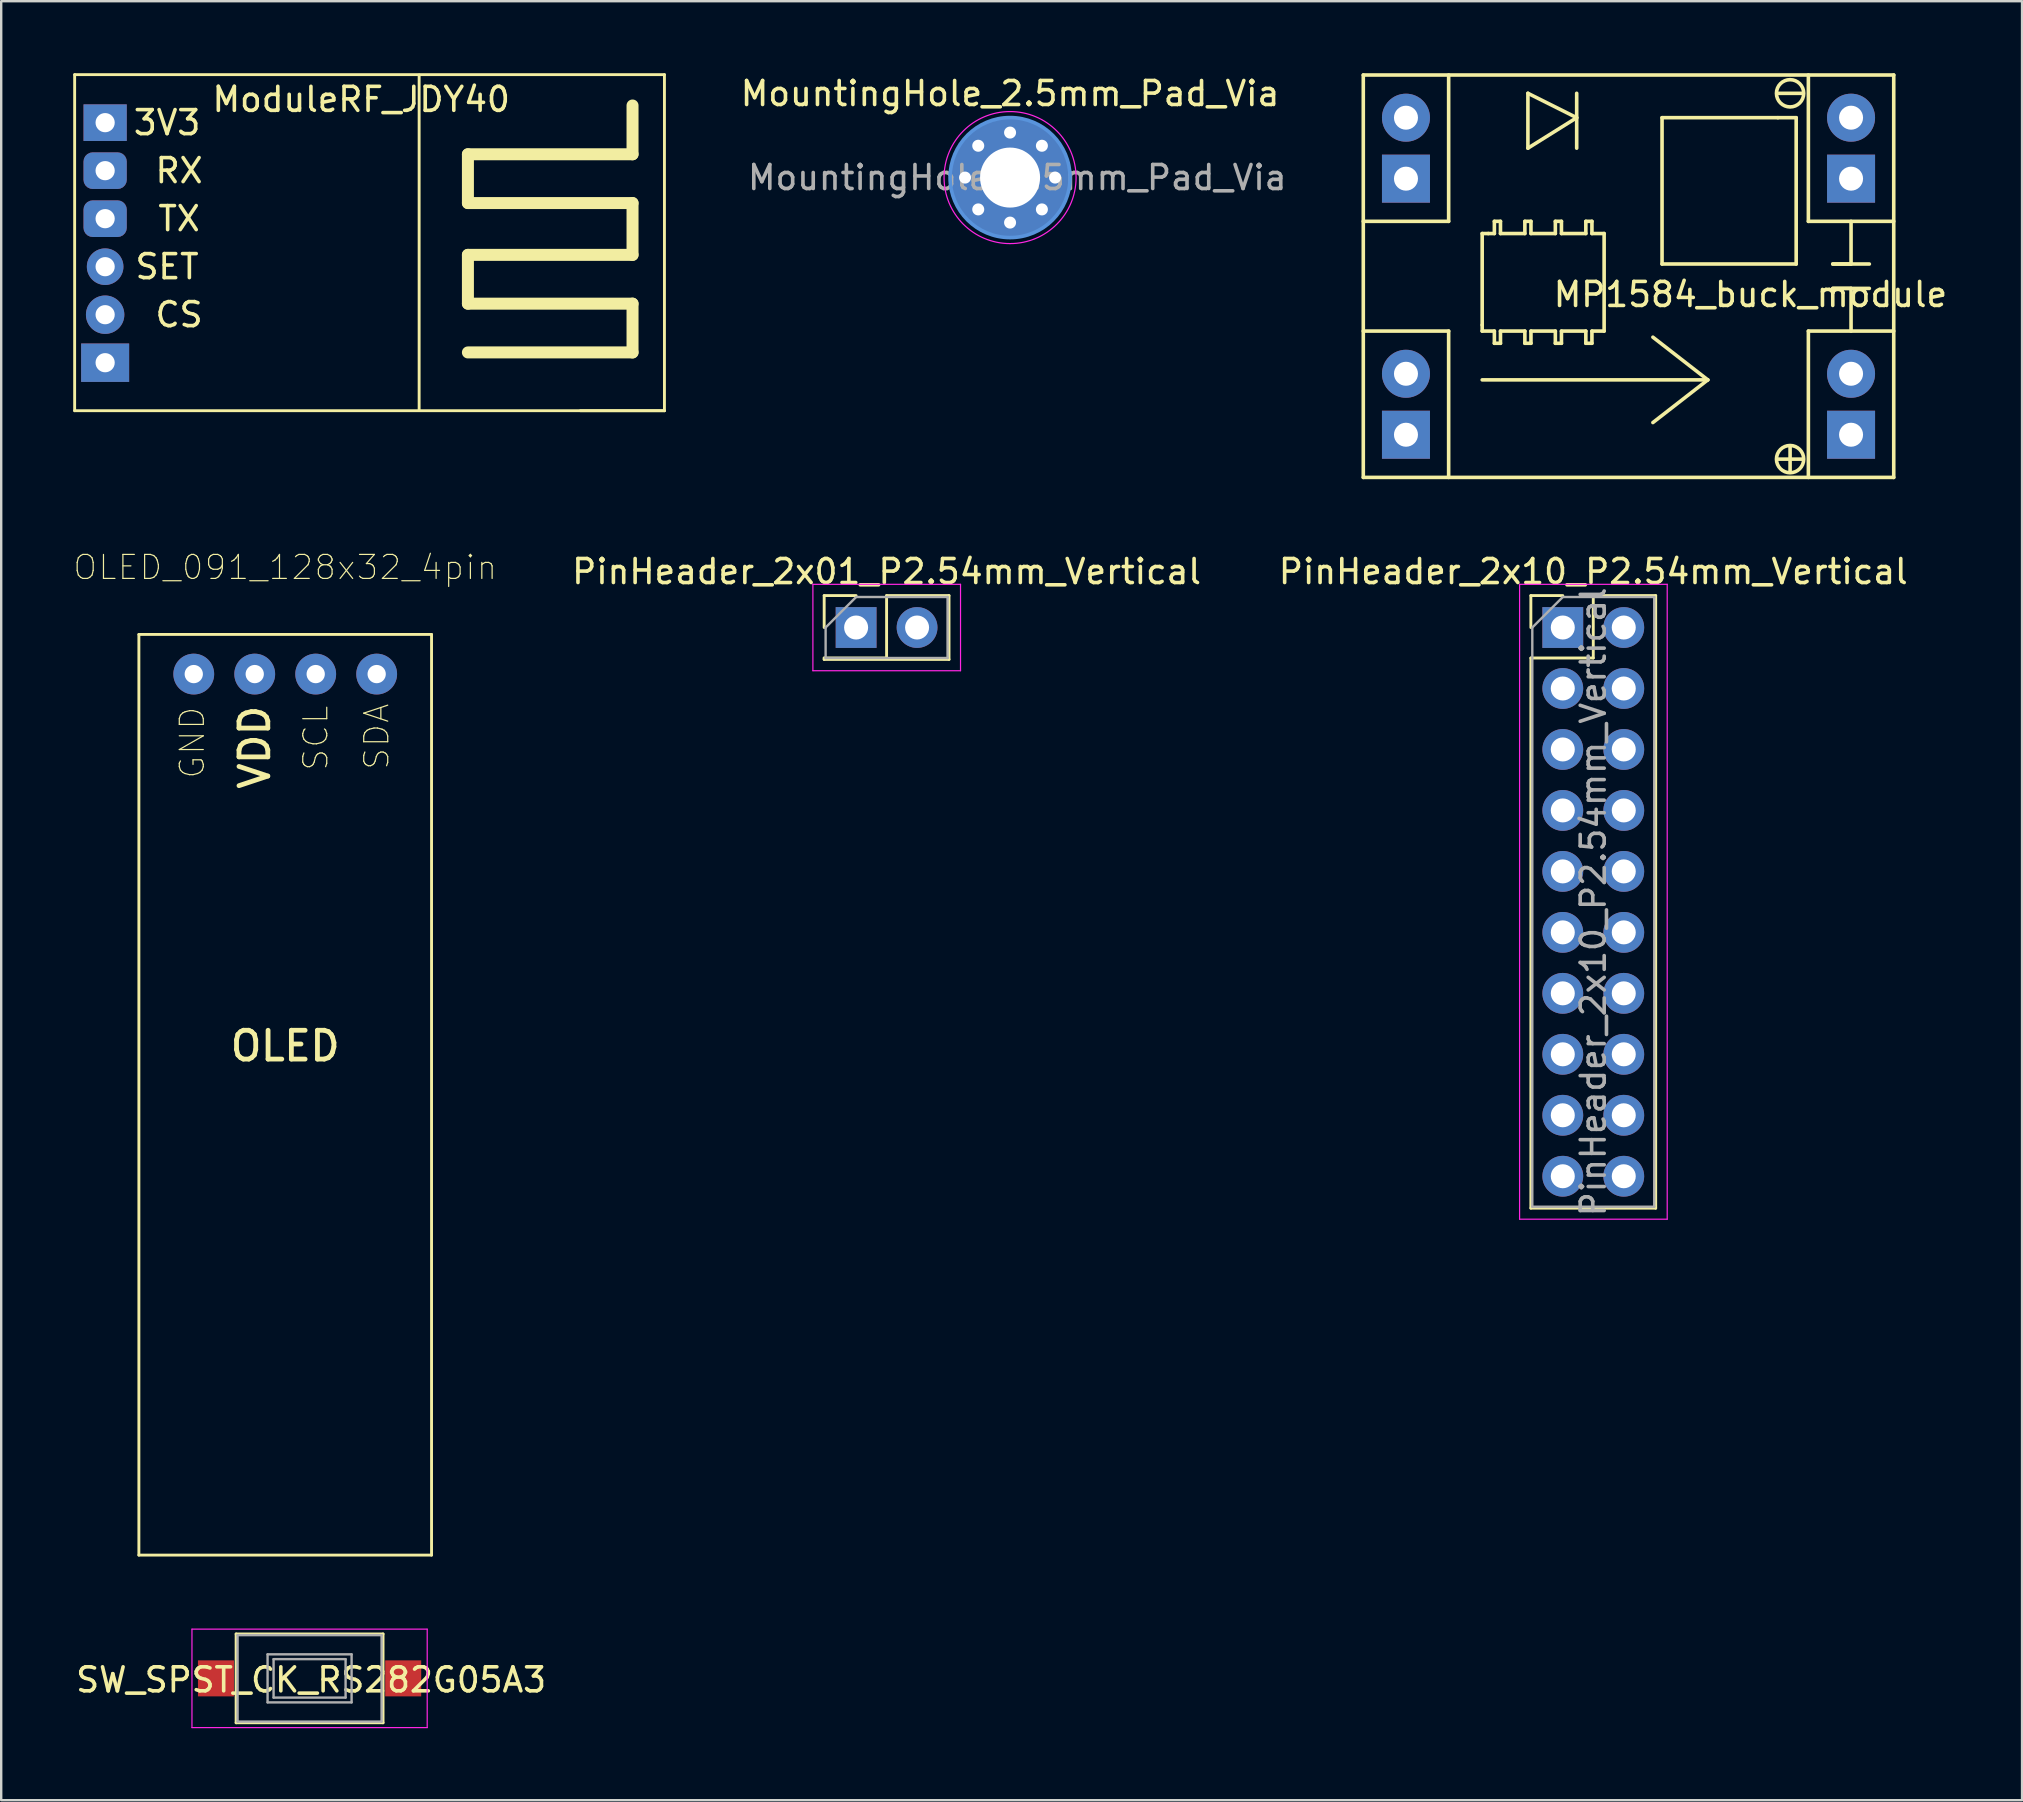
<source format=kicad_pcb>
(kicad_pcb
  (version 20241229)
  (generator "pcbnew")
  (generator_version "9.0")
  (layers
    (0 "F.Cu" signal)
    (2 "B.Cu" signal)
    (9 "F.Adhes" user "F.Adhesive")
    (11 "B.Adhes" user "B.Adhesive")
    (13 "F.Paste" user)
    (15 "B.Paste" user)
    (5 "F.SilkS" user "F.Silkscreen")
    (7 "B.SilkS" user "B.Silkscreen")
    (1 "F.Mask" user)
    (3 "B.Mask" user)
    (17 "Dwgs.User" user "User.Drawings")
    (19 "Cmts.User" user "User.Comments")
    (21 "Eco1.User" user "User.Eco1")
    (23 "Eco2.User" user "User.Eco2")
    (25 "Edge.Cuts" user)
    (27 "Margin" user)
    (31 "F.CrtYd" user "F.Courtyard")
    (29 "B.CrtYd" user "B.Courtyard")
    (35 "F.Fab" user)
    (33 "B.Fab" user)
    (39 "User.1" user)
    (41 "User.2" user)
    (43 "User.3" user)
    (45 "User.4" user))
  (footprint "MP1584_buck_module"
    (layer "F.Cu")
    (at 64.793 8.457)
    (property "Reference" "MP1584_buck_module" (at 5.08 0.762 0) (layer "F.SilkS") (effects (font (size 1 1) (thickness 0.15))))
    (attr through_hole)
    (fp_line (start -11.049 -8.382) (end 11.049 -8.382) (stroke (width 0.15) (type solid)) (layer "F.SilkS"))
    (fp_line (start -11.049 2.286) (end -7.493 2.286) (stroke (width 0.15) (type solid)) (layer "F.SilkS"))
    (fp_line (start -11.049 8.382) (end -11.049 -8.382) (stroke (width 0.15) (type solid)) (layer "F.SilkS"))
    (fp_line (start -7.493 -8.382) (end -7.493 -2.286) (stroke (width 0.15) (type solid)) (layer "F.SilkS"))
    (fp_line (start -7.493 -2.286) (end -11.049 -2.286) (stroke (width 0.15) (type solid)) (layer "F.SilkS"))
    (fp_line (start -7.493 2.286) (end -7.493 8.382) (stroke (width 0.15) (type solid)) (layer "F.SilkS"))
    (fp_line (start -6.096 -1.778) (end -5.842 -1.778) (stroke (width 0.15) (type solid)) (layer "F.SilkS"))
    (fp_line (start -6.096 2.032) (end -6.096 -1.778) (stroke (width 0.15) (type solid)) (layer "F.SilkS"))
    (fp_line (start -6.096 2.286) (end -6.096 2.032) (stroke (width 0.15) (type solid)) (layer "F.SilkS"))
    (fp_line (start -6.096 4.318) (end 3.302 4.318) (stroke (width 0.15) (type solid)) (layer "F.SilkS"))
    (fp_line (start -5.842 -1.778) (end -5.588 -1.778) (stroke (width 0.15) (type solid)) (layer "F.SilkS"))
    (fp_line (start -5.588 -2.286) (end -5.334 -2.286) (stroke (width 0.15) (type solid)) (layer "F.SilkS"))
    (fp_line (start -5.588 -1.778) (end -5.588 -2.286) (stroke (width 0.15) (type solid)) (layer "F.SilkS"))
    (fp_line (start -5.588 2.286) (end -6.096 2.286) (stroke (width 0.15) (type solid)) (layer "F.SilkS"))
    (fp_line (start -5.588 2.794) (end -5.588 2.286) (stroke (width 0.15) (type solid)) (layer "F.SilkS"))
    (fp_line (start -5.334 -1.778) (end -5.334 -2.286) (stroke (width 0.15) (type solid)) (layer "F.SilkS"))
    (fp_line (start -5.334 -1.778) (end -4.318 -1.778) (stroke (width 0.15) (type solid)) (layer "F.SilkS"))
    (fp_line (start -5.334 2.286) (end -5.334 2.794) (stroke (width 0.15) (type solid)) (layer "F.SilkS"))
    (fp_line (start -5.334 2.794) (end -5.588 2.794) (stroke (width 0.15) (type solid)) (layer "F.SilkS"))
    (fp_line (start -4.318 -2.286) (end -4.064 -2.286) (stroke (width 0.15) (type solid)) (layer "F.SilkS"))
    (fp_line (start -4.318 -1.778) (end -4.318 -2.286) (stroke (width 0.15) (type solid)) (layer "F.SilkS"))
    (fp_line (start -4.318 2.286) (end -5.334 2.286) (stroke (width 0.15) (type solid)) (layer "F.SilkS"))
    (fp_line (start -4.318 2.794) (end -4.318 2.286) (stroke (width 0.15) (type solid)) (layer "F.SilkS"))
    (fp_line (start -4.191 -7.62) (end -4.191 -5.334) (stroke (width 0.15) (type solid)) (layer "F.SilkS"))
    (fp_line (start -4.191 -5.334) (end -2.159 -6.604) (stroke (width 0.15) (type solid)) (layer "F.SilkS"))
    (fp_line (start -4.064 -1.778) (end -4.064 -2.286) (stroke (width 0.15) (type solid)) (layer "F.SilkS"))
    (fp_line (start -4.064 -1.778) (end -3.048 -1.778) (stroke (width 0.15) (type solid)) (layer "F.SilkS"))
    (fp_line (start -4.064 2.286) (end -4.064 2.794) (stroke (width 0.15) (type solid)) (layer "F.SilkS"))
    (fp_line (start -4.064 2.794) (end -4.318 2.794) (stroke (width 0.15) (type solid)) (layer "F.SilkS"))
    (fp_line (start -3.048 -2.286) (end -2.794 -2.286) (stroke (width 0.15) (type solid)) (layer "F.SilkS"))
    (fp_line (start -3.048 -1.778) (end -3.048 -2.286) (stroke (width 0.15) (type solid)) (layer "F.SilkS"))
    (fp_line (start -3.048 2.286) (end -4.064 2.286) (stroke (width 0.15) (type solid)) (layer "F.SilkS"))
    (fp_line (start -3.048 2.794) (end -3.048 2.286) (stroke (width 0.15) (type solid)) (layer "F.SilkS"))
    (fp_line (start -2.794 -2.286) (end -2.794 -1.778) (stroke (width 0.15) (type solid)) (layer "F.SilkS"))
    (fp_line (start -2.794 -1.778) (end -1.778 -1.778) (stroke (width 0.15) (type solid)) (layer "F.SilkS"))
    (fp_line (start -2.794 2.286) (end -2.794 2.794) (stroke (width 0.15) (type solid)) (layer "F.SilkS"))
    (fp_line (start -2.794 2.794) (end -3.048 2.794) (stroke (width 0.15) (type solid)) (layer "F.SilkS"))
    (fp_line (start -2.159 -7.62) (end -2.159 -5.334) (stroke (width 0.15) (type solid)) (layer "F.SilkS"))
    (fp_line (start -2.159 -6.604) (end -4.191 -7.62) (stroke (width 0.15) (type solid)) (layer "F.SilkS"))
    (fp_line (start -1.778 -2.286) (end -1.524 -2.286) (stroke (width 0.15) (type solid)) (layer "F.SilkS"))
    (fp_line (start -1.778 -1.778) (end -1.778 -2.286) (stroke (width 0.15) (type solid)) (layer "F.SilkS"))
    (fp_line (start -1.778 2.286) (end -2.794 2.286) (stroke (width 0.15) (type solid)) (layer "F.SilkS"))
    (fp_line (start -1.778 2.794) (end -1.778 2.286) (stroke (width 0.15) (type solid)) (layer "F.SilkS"))
    (fp_line (start -1.524 -1.778) (end -1.524 -2.286) (stroke (width 0.15) (type solid)) (layer "F.SilkS"))
    (fp_line (start -1.524 -1.778) (end -1.016 -1.778) (stroke (width 0.15) (type solid)) (layer "F.SilkS"))
    (fp_line (start -1.524 2.286) (end -1.524 2.794) (stroke (width 0.15) (type solid)) (layer "F.SilkS"))
    (fp_line (start -1.524 2.794) (end -1.778 2.794) (stroke (width 0.15) (type solid)) (layer "F.SilkS"))
    (fp_line (start -1.016 -1.778) (end -1.016 2.286) (stroke (width 0.15) (type solid)) (layer "F.SilkS"))
    (fp_line (start -1.016 2.286) (end -1.524 2.286) (stroke (width 0.15) (type solid)) (layer "F.SilkS"))
    (fp_line (start 1.397 -6.604) (end 1.397 -0.508) (stroke (width 0.15) (type solid)) (layer "F.SilkS"))
    (fp_line (start 1.397 -0.508) (end 6.985 -0.508) (stroke (width 0.15) (type solid)) (layer "F.SilkS"))
    (fp_line (start 3.302 4.318) (end 1.016 2.54) (stroke (width 0.15) (type solid)) (layer "F.SilkS"))
    (fp_line (start 3.302 4.318) (end 1.016 6.096) (stroke (width 0.15) (type solid)) (layer "F.SilkS"))
    (fp_line (start 6.223 -7.62) (end 7.239 -7.62) (stroke (width 0.15) (type solid)) (layer "F.SilkS"))
    (fp_line (start 6.223 -6.604) (end 1.397 -6.604) (stroke (width 0.15) (type solid)) (layer "F.SilkS"))
    (fp_line (start 6.223 7.62) (end 7.239 7.62) (stroke (width 0.15) (type solid)) (layer "F.SilkS"))
    (fp_line (start 6.731 7.112) (end 6.731 8.128) (stroke (width 0.15) (type solid)) (layer "F.SilkS"))
    (fp_line (start 6.985 -6.604) (end 6.223 -6.604) (stroke (width 0.15) (type solid)) (layer "F.SilkS"))
    (fp_line (start 6.985 -0.508) (end 6.985 -6.604) (stroke (width 0.15) (type solid)) (layer "F.SilkS"))
    (fp_line (start 7.493 -2.286) (end 7.493 -8.382) (stroke (width 0.15) (type solid)) (layer "F.SilkS"))
    (fp_line (start 7.493 2.286) (end 11.049 2.286) (stroke (width 0.15) (type solid)) (layer "F.SilkS"))
    (fp_line (start 7.493 8.382) (end 7.493 2.286) (stroke (width 0.15) (type solid)) (layer "F.SilkS"))
    (fp_line (start 8.509 -0.508) (end 10.033 -0.508) (stroke (width 0.15) (type solid)) (layer "F.SilkS"))
    (fp_line (start 8.509 0.508) (end 9.271 0.508) (stroke (width 0.15) (type solid)) (layer "F.SilkS"))
    (fp_line (start 9.271 -2.286) (end 9.271 -0.508) (stroke (width 0.15) (type solid)) (layer "F.SilkS"))
    (fp_line (start 9.271 -0.508) (end 8.509 -0.508) (stroke (width 0.15) (type solid)) (layer "F.SilkS"))
    (fp_line (start 9.271 0.508) (end 9.271 2.286) (stroke (width 0.15) (type solid)) (layer "F.SilkS"))
    (fp_line (start 10.033 0.508) (end 8.509 0.508) (stroke (width 0.15) (type solid)) (layer "F.SilkS"))
    (fp_line (start 11.049 -8.382) (end 11.049 8.382) (stroke (width 0.15) (type solid)) (layer "F.SilkS"))
    (fp_line (start 11.049 -2.286) (end 7.493 -2.286) (stroke (width 0.15) (type solid)) (layer "F.SilkS"))
    (fp_line (start 11.049 8.382) (end -11.049 8.382) (stroke (width 0.15) (type solid)) (layer "F.SilkS"))
    (fp_circle (center 6.731 -7.62) (end 7.239 -7.874) (stroke (width 0.15) (type solid)) (fill no) (layer "F.SilkS"))
    (fp_circle (center 6.731 7.62) (end 7.239 7.874) (stroke (width 0.15) (type solid)) (fill no) (layer "F.SilkS"))
    (pad "1" thru_hole circle (at -9.271 4.064) (size 2 2) (drill 1) (layers "*.Cu" "*.Mask"))
    (pad "1" thru_hole rect (at -9.271 6.604) (size 2 2) (drill 1) (layers "*.Cu" "*.Mask"))
    (pad "2" thru_hole circle (at -9.271 -6.604) (size 2 2) (drill 1) (layers "*.Cu" "*.Mask"))
    (pad "2" thru_hole rect (at -9.271 -4.064) (size 2 2) (drill 1) (layers "*.Cu" "*.Mask"))
    (pad "3" thru_hole circle (at 9.271 -6.604) (size 2 2) (drill 1) (layers "*.Cu" "*.Mask"))
    (pad "3" thru_hole rect (at 9.271 -4.064) (size 2 2) (drill 1) (layers "*.Cu" "*.Mask"))
    (pad "4" thru_hole circle (at 9.271 4.064) (size 2 2) (drill 1) (layers "*.Cu" "*.Mask"))
    (pad "4" thru_hole rect (at 9.271 6.604) (size 2 2) (drill 1) (layers "*.Cu" "*.Mask")))
  (footprint "ModuleRF_JDY40"
    (layer "F.Cu")
    (at 1.33 7.06)
    (property "Reference" "ModuleRF_JDY40" (at 10.668 -5.969 0) (layer "F.SilkS") (effects (font (size 1 1) (thickness 0.15))))
    (attr through_hole)
    (fp_line (start -1.27 -7) (end -1.27 7) (stroke (width 0.12) (type solid)) (layer "F.SilkS"))
    (fp_line (start -1.27 7) (end 23.3 7) (stroke (width 0.12) (type solid)) (layer "F.SilkS"))
    (fp_line (start 13.081 -6.985) (end 13.081 6.985) (stroke (width 0.12) (type solid)) (layer "F.SilkS"))
    (fp_line (start 15.113 -3.683) (end 15.113 -1.651) (stroke (width 0.5) (type solid)) (layer "F.SilkS"))
    (fp_line (start 15.113 -1.651) (end 21.971 -1.651) (stroke (width 0.5) (type solid)) (layer "F.SilkS"))
    (fp_line (start 15.113 0.508) (end 15.113 2.54) (stroke (width 0.5) (type solid)) (layer "F.SilkS"))
    (fp_line (start 15.113 2.54) (end 21.971 2.54) (stroke (width 0.5) (type solid)) (layer "F.SilkS"))
    (fp_line (start 21.971 -5.715) (end 21.971 -3.683) (stroke (width 0.5) (type solid)) (layer "F.SilkS"))
    (fp_line (start 21.971 -3.683) (end 15.113 -3.683) (stroke (width 0.5) (type solid)) (layer "F.SilkS"))
    (fp_line (start 21.971 -1.651) (end 21.971 0.508) (stroke (width 0.5) (type solid)) (layer "F.SilkS"))
    (fp_line (start 21.971 0.508) (end 15.113 0.508) (stroke (width 0.5) (type solid)) (layer "F.SilkS"))
    (fp_line (start 21.971 2.54) (end 21.971 4.572) (stroke (width 0.5) (type solid)) (layer "F.SilkS"))
    (fp_line (start 21.971 4.572) (end 15.113 4.572) (stroke (width 0.5) (type solid)) (layer "F.SilkS"))
    (fp_line (start 23.3 -7) (end -1.27 -7) (stroke (width 0.12) (type solid)) (layer "F.SilkS"))
    (fp_line (start 23.3 7) (end 19.8 7) (stroke (width 0.12) (type solid)) (layer "F.SilkS"))
    (fp_line (start 23.3 7) (end 23.3 -7) (stroke (width 0.12) (type solid)) (layer "F.SilkS"))
    (fp_text user "SET" (at 2.58 1 0) (layer "F.SilkS") (effects (font (size 1 1) (thickness 0.15))))
    (fp_text user "TX" (at 3.08 -1 0) (layer "F.SilkS") (effects (font (size 1 1) (thickness 0.15))))
    (fp_text user "3V3" (at 2.58 -5 0) (layer "F.SilkS") (effects (font (size 1 1) (thickness 0.15))))
    (fp_text user "CS" (at 3.08 3 0) (layer "F.SilkS") (effects (font (size 1 1) (thickness 0.15))))
    (fp_text user "RX" (at 3.08 -3 0) (layer "F.SilkS") (effects (font (size 1 1) (thickness 0.15))))
    (pad "1" thru_hole rect (at 0 5 180) (size 2 1.6) (drill 0.8) (layers "*.Cu" "*.Mask"))
    (pad "2" thru_hole circle (at 0 3 180) (size 1.6 1.6) (drill 0.8) (layers "*.Cu" "*.Mask"))
    (pad "3" thru_hole circle (at 0 1 180) (size 1.524 1.524) (drill 0.8) (layers "*.Cu" "*.Mask"))
    (pad "4" thru_hole roundrect (at 0 -1 180) (size 1.8 1.524) (drill 0.8) (layers "*.Cu" "*.Mask") (roundrect_rratio 0.25))
    (pad "5" thru_hole roundrect (at 0 -3 180) (size 1.8 1.524) (drill 0.8) (layers "*.Cu" "*.Mask") (roundrect_rratio 0.25))
    (pad "6" thru_hole rect (at 0 -5 180) (size 1.8 1.524) (drill 0.8) (layers "*.Cu" "*.Mask")))
  (footprint "PinHeader_2x01_P2.54mm_Vertical"
    (layer "F.Cu")
    (at 32.615 23.092)
    (property "Reference" "PinHeader_2x01_P2.54mm_Vertical" (at 1.27 -2.33 0) (layer "F.SilkS") (effects (font (size 1 1) (thickness 0.15))))
    (attr through_hole)
    (fp_line (start -1.33 -1.33) (end 0 -1.33) (stroke (width 0.12) (type solid)) (layer "F.SilkS"))
    (fp_line (start -1.33 0) (end -1.33 -1.33) (stroke (width 0.12) (type solid)) (layer "F.SilkS"))
    (fp_line (start -1.33 1.27) (end -1.33 1.33) (stroke (width 0.12) (type solid)) (layer "F.SilkS"))
    (fp_line (start -1.33 1.27) (end 1.27 1.27) (stroke (width 0.12) (type solid)) (layer "F.SilkS"))
    (fp_line (start -1.33 1.33) (end 3.87 1.33) (stroke (width 0.12) (type solid)) (layer "F.SilkS"))
    (fp_line (start 1.27 -1.33) (end 3.87 -1.33) (stroke (width 0.12) (type solid)) (layer "F.SilkS"))
    (fp_line (start 1.27 1.27) (end 1.27 -1.33) (stroke (width 0.12) (type solid)) (layer "F.SilkS"))
    (fp_line (start 3.87 -1.33) (end 3.87 1.33) (stroke (width 0.12) (type solid)) (layer "F.SilkS"))
    (fp_line (start -1.8 -1.8) (end -1.8 1.8) (stroke (width 0.05) (type solid)) (layer "F.CrtYd"))
    (fp_line (start -1.8 1.8) (end 4.35 1.8) (stroke (width 0.05) (type solid)) (layer "F.CrtYd"))
    (fp_line (start 4.35 -1.8) (end -1.8 -1.8) (stroke (width 0.05) (type solid)) (layer "F.CrtYd"))
    (fp_line (start 4.35 1.8) (end 4.35 -1.8) (stroke (width 0.05) (type solid)) (layer "F.CrtYd"))
    (fp_line (start -1.27 0) (end 0 -1.27) (stroke (width 0.1) (type solid)) (layer "F.Fab"))
    (fp_line (start -1.27 1.27) (end -1.27 0) (stroke (width 0.1) (type solid)) (layer "F.Fab"))
    (fp_line (start 0 -1.27) (end 3.81 -1.27) (stroke (width 0.1) (type solid)) (layer "F.Fab"))
    (fp_line (start 3.81 -1.27) (end 3.81 1.27) (stroke (width 0.1) (type solid)) (layer "F.Fab"))
    (fp_line (start 3.81 1.27) (end -1.27 1.27) (stroke (width 0.1) (type solid)) (layer "F.Fab"))
    (pad "1" thru_hole rect (at 0 0) (size 1.7 1.7) (drill 1) (layers "*.Cu" "*.Mask"))
    (pad "2" thru_hole oval (at 2.54 0) (size 1.7 1.7) (drill 1) (layers "*.Cu" "*.Mask")))
  (footprint "MountingHole_2.5mm_Pad_Via"
    (layer "F.Cu")
    (at 39.029 4.348)
    (property "Reference" "MountingHole_2.5mm_Pad_Via" (at 0 -3.5 0) (layer "F.SilkS") (effects (font (size 1 1) (thickness 0.15))))
    (attr exclude_from_pos_files exclude_from_bom)
    (fp_circle (center 0 0) (end 2.5 0) (stroke (width 0.15) (type solid)) (fill no) (layer "Cmts.User"))
    (fp_circle (center 0 0) (end 2.75 0) (stroke (width 0.05) (type solid)) (fill no) (layer "F.CrtYd"))
    (fp_text user "${REFERENCE}" (at 0.3 0 0) (layer "F.Fab") (effects (font (size 1 1) (thickness 0.15))))
    (pad "1" thru_hole circle (at -1.875 0) (size 0.8 0.8) (drill 0.5) (layers "*.Cu" "*.Mask"))
    (pad "1" thru_hole circle (at -1.326 -1.326) (size 0.8 0.8) (drill 0.5) (layers "*.Cu" "*.Mask"))
    (pad "1" thru_hole circle (at -1.326 1.326) (size 0.8 0.8) (drill 0.5) (layers "*.Cu" "*.Mask"))
    (pad "1" thru_hole circle (at 0 -1.875) (size 0.8 0.8) (drill 0.5) (layers "*.Cu" "*.Mask"))
    (pad "1" thru_hole circle (at 0 0) (size 5 5) (drill 2.5) (layers "*.Cu" "*.Mask"))
    (pad "1" thru_hole circle (at 0 1.875) (size 0.8 0.8) (drill 0.5) (layers "*.Cu" "*.Mask"))
    (pad "1" thru_hole circle (at 1.326 -1.326) (size 0.8 0.8) (drill 0.5) (layers "*.Cu" "*.Mask"))
    (pad "1" thru_hole circle (at 1.326 1.326) (size 0.8 0.8) (drill 0.5) (layers "*.Cu" "*.Mask"))
    (pad "1" thru_hole circle (at 1.875 0) (size 0.8 0.8) (drill 0.5) (layers "*.Cu" "*.Mask")))
  (footprint "SW_SPST_CK_RS282G05A3"
    (layer "F.Cu")
    (at 9.847 66.87)
    (property "Reference" "SW_SPST_CK_RS282G05A3" (at 0.064 0.064 0) (layer "F.SilkS") (effects (font (size 1 1) (thickness 0.15))))
    (attr smd)
    (fp_line (start -3.06 -1.85) (end 3.06 -1.85) (stroke (width 0.12) (type solid)) (layer "F.SilkS"))
    (fp_line (start -3.06 1.85) (end -3.06 -1.85) (stroke (width 0.12) (type solid)) (layer "F.SilkS"))
    (fp_line (start 3.06 -1.85) (end 3.06 1.85) (stroke (width 0.12) (type solid)) (layer "F.SilkS"))
    (fp_line (start 3.06 1.85) (end -3.06 1.85) (stroke (width 0.12) (type solid)) (layer "F.SilkS"))
    (fp_line (start -4.9 -2.05) (end 4.9 -2.05) (stroke (width 0.05) (type solid)) (layer "F.CrtYd"))
    (fp_line (start -4.9 2.05) (end -4.9 -2.05) (stroke (width 0.05) (type solid)) (layer "F.CrtYd"))
    (fp_line (start 4.9 -2.05) (end 4.9 2.05) (stroke (width 0.05) (type solid)) (layer "F.CrtYd"))
    (fp_line (start 4.9 2.05) (end -4.9 2.05) (stroke (width 0.05) (type solid)) (layer "F.CrtYd"))
    (fp_line (start -3 -1.8) (end -3 1.8) (stroke (width 0.1) (type solid)) (layer "F.Fab"))
    (fp_line (start -3 -1.8) (end 3 -1.8) (stroke (width 0.1) (type solid)) (layer "F.Fab"))
    (fp_line (start -3 1.8) (end 3 1.8) (stroke (width 0.1) (type solid)) (layer "F.Fab"))
    (fp_line (start -1.75 -1) (end 1.75 -1) (stroke (width 0.1) (type solid)) (layer "F.Fab"))
    (fp_line (start -1.75 1) (end -1.75 -1) (stroke (width 0.1) (type solid)) (layer "F.Fab"))
    (fp_line (start -1.5 -0.8) (end -1.5 0.8) (stroke (width 0.1) (type solid)) (layer "F.Fab"))
    (fp_line (start -1.5 -0.8) (end 1.5 -0.8) (stroke (width 0.1) (type solid)) (layer "F.Fab"))
    (fp_line (start -1.5 0.8) (end 1.5 0.8) (stroke (width 0.1) (type solid)) (layer "F.Fab"))
    (fp_line (start 1.5 -0.8) (end 1.5 0.8) (stroke (width 0.1) (type solid)) (layer "F.Fab"))
    (fp_line (start 1.75 -1) (end 1.75 1) (stroke (width 0.1) (type solid)) (layer "F.Fab"))
    (fp_line (start 1.75 1) (end -1.75 1) (stroke (width 0.1) (type solid)) (layer "F.Fab"))
    (fp_line (start 3 -1.8) (end 3 1.8) (stroke (width 0.1) (type solid)) (layer "F.Fab"))
    (pad "1" smd rect (at -3.9 0) (size 1.5 1.5) (layers "F.Cu" "F.Mask" "F.Paste"))
    (pad "2" smd rect (at 3.9 0) (size 1.5 1.5) (layers "F.Cu" "F.Mask" "F.Paste")))
  (footprint "OLED_091_128x32_4pin"
    (layer "F.Cu")
    (at 8.832 28.842)
    (property "Reference" "OLED_091_128x32_4pin" (at 0 -8.255 180) (layer "F.SilkS") (effects (font (size 1 1) (thickness 0.05))))
    (attr through_hole)
    (fp_line (start -6.096 -5.461) (end -6.096 32.893) (stroke (width 0.12) (type solid)) (layer "F.SilkS"))
    (fp_line (start -6.096 -5.461) (end 6.096 -5.461) (stroke (width 0.12) (type solid)) (layer "F.SilkS"))
    (fp_line (start -6.096 32.893) (end 6.096 32.893) (stroke (width 0.12) (type solid)) (layer "F.SilkS"))
    (fp_line (start 6.096 -5.461) (end 6.096 32.893) (stroke (width 0.12) (type solid)) (layer "F.SilkS"))
    (fp_text user "SCL" (at 1.27 -1.143 90) (layer "F.SilkS") (effects (font (size 1 1) (thickness 0.05))))
    (fp_text user "SDA" (at 3.81 -1.206 90) (layer "F.SilkS") (effects (font (size 1 1) (thickness 0.05))))
    (fp_text user "OLED" (at 0 11.684 180) (layer "F.SilkS") (effects (font (size 1.2 1.2) (thickness 0.2))))
    (fp_text user "VDD" (at -1.27 -0.762 90) (layer "F.SilkS") (effects (font (size 1.2 1.2) (thickness 0.2))))
    (fp_text user "GND" (at -3.873 -0.953 90) (layer "F.SilkS") (effects (font (size 1 1) (thickness 0.05))))
    (pad "1" thru_hole circle (at -3.81 -3.81) (size 1.7 1.7) (drill 0.762) (layers "*.Cu" "*.Mask"))
    (pad "2" thru_hole circle (at -1.27 -3.81) (size 1.7 1.7) (drill 0.762) (layers "*.Cu" "*.Mask"))
    (pad "3" thru_hole circle (at 1.27 -3.81) (size 1.7 1.7) (drill 0.762) (layers "*.Cu" "*.Mask"))
    (pad "4" thru_hole circle (at 3.81 -3.81) (size 1.7 1.7) (drill 0.762) (layers "*.Cu" "*.Mask")))
  (footprint "PinHeader_2x10_P2.54mm_Vertical"
    (layer "F.Cu")
    (at 62.055 23.092)
    (property "Reference" "PinHeader_2x10_P2.54mm_Vertical" (at 1.27 -2.33 0) (layer "F.SilkS") (effects (font (size 1 1) (thickness 0.15))))
    (attr through_hole)
    (fp_line (start -1.33 -1.33) (end 0 -1.33) (stroke (width 0.12) (type solid)) (layer "F.SilkS"))
    (fp_line (start -1.33 0) (end -1.33 -1.33) (stroke (width 0.12) (type solid)) (layer "F.SilkS"))
    (fp_line (start -1.33 1.27) (end -1.33 24.19) (stroke (width 0.12) (type solid)) (layer "F.SilkS"))
    (fp_line (start -1.33 1.27) (end 1.27 1.27) (stroke (width 0.12) (type solid)) (layer "F.SilkS"))
    (fp_line (start -1.33 24.19) (end 3.87 24.19) (stroke (width 0.12) (type solid)) (layer "F.SilkS"))
    (fp_line (start 1.27 -1.33) (end 3.87 -1.33) (stroke (width 0.12) (type solid)) (layer "F.SilkS"))
    (fp_line (start 1.27 1.27) (end 1.27 -1.33) (stroke (width 0.12) (type solid)) (layer "F.SilkS"))
    (fp_line (start 3.87 -1.33) (end 3.87 24.19) (stroke (width 0.12) (type solid)) (layer "F.SilkS"))
    (fp_line (start -1.8 -1.8) (end -1.8 24.65) (stroke (width 0.05) (type solid)) (layer "F.CrtYd"))
    (fp_line (start -1.8 24.65) (end 4.35 24.65) (stroke (width 0.05) (type solid)) (layer "F.CrtYd"))
    (fp_line (start 4.35 -1.8) (end -1.8 -1.8) (stroke (width 0.05) (type solid)) (layer "F.CrtYd"))
    (fp_line (start 4.35 24.65) (end 4.35 -1.8) (stroke (width 0.05) (type solid)) (layer "F.CrtYd"))
    (fp_line (start -1.27 0) (end 0 -1.27) (stroke (width 0.1) (type solid)) (layer "F.Fab"))
    (fp_line (start -1.27 24.13) (end -1.27 0) (stroke (width 0.1) (type solid)) (layer "F.Fab"))
    (fp_line (start 0 -1.27) (end 3.81 -1.27) (stroke (width 0.1) (type solid)) (layer "F.Fab"))
    (fp_line (start 3.81 -1.27) (end 3.81 24.13) (stroke (width 0.1) (type solid)) (layer "F.Fab"))
    (fp_line (start 3.81 24.13) (end -1.27 24.13) (stroke (width 0.1) (type solid)) (layer "F.Fab"))
    (fp_text user "${REFERENCE}" (at 1.27 11.43 270) (layer "F.Fab") (effects (font (size 1 1) (thickness 0.15))))
    (pad "1" thru_hole rect (at 0 0) (size 1.7 1.7) (drill 1) (layers "*.Cu" "*.Mask"))
    (pad "2" thru_hole oval (at 2.54 0) (size 1.7 1.7) (drill 1) (layers "*.Cu" "*.Mask"))
    (pad "3" thru_hole oval (at 0 2.54) (size 1.7 1.7) (drill 1) (layers "*.Cu" "*.Mask"))
    (pad "4" thru_hole oval (at 2.54 2.54) (size 1.7 1.7) (drill 1) (layers "*.Cu" "*.Mask"))
    (pad "5" thru_hole oval (at 0 5.08) (size 1.7 1.7) (drill 1) (layers "*.Cu" "*.Mask"))
    (pad "6" thru_hole oval (at 2.54 5.08) (size 1.7 1.7) (drill 1) (layers "*.Cu" "*.Mask"))
    (pad "7" thru_hole oval (at 0 7.62) (size 1.7 1.7) (drill 1) (layers "*.Cu" "*.Mask"))
    (pad "8" thru_hole oval (at 2.54 7.62) (size 1.7 1.7) (drill 1) (layers "*.Cu" "*.Mask"))
    (pad "9" thru_hole oval (at 0 10.16) (size 1.7 1.7) (drill 1) (layers "*.Cu" "*.Mask"))
    (pad "10" thru_hole oval (at 2.54 10.16) (size 1.7 1.7) (drill 1) (layers "*.Cu" "*.Mask"))
    (pad "11" thru_hole oval (at 0 12.7) (size 1.7 1.7) (drill 1) (layers "*.Cu" "*.Mask"))
    (pad "12" thru_hole oval (at 2.54 12.7) (size 1.7 1.7) (drill 1) (layers "*.Cu" "*.Mask"))
    (pad "13" thru_hole oval (at 0 15.24) (size 1.7 1.7) (drill 1) (layers "*.Cu" "*.Mask"))
    (pad "14" thru_hole oval (at 2.54 15.24) (size 1.7 1.7) (drill 1) (layers "*.Cu" "*.Mask"))
    (pad "15" thru_hole oval (at 0 17.78) (size 1.7 1.7) (drill 1) (layers "*.Cu" "*.Mask"))
    (pad "16" thru_hole oval (at 2.54 17.78) (size 1.7 1.7) (drill 1) (layers "*.Cu" "*.Mask"))
    (pad "17" thru_hole oval (at 0 20.32) (size 1.7 1.7) (drill 1) (layers "*.Cu" "*.Mask"))
    (pad "18" thru_hole oval (at 2.54 20.32) (size 1.7 1.7) (drill 1) (layers "*.Cu" "*.Mask"))
    (pad "19" thru_hole oval (at 0 22.86) (size 1.7 1.7) (drill 1) (layers "*.Cu" "*.Mask"))
    (pad "20" thru_hole oval (at 2.54 22.86) (size 1.7 1.7) (drill 1) (layers "*.Cu" "*.Mask")))
  (gr_rect
    (start -3 -3)
    (end 81.188 71.945)
    (stroke (width 0.1) (type default))
    (fill no)
    (layer "Edge.Cuts")))
</source>
